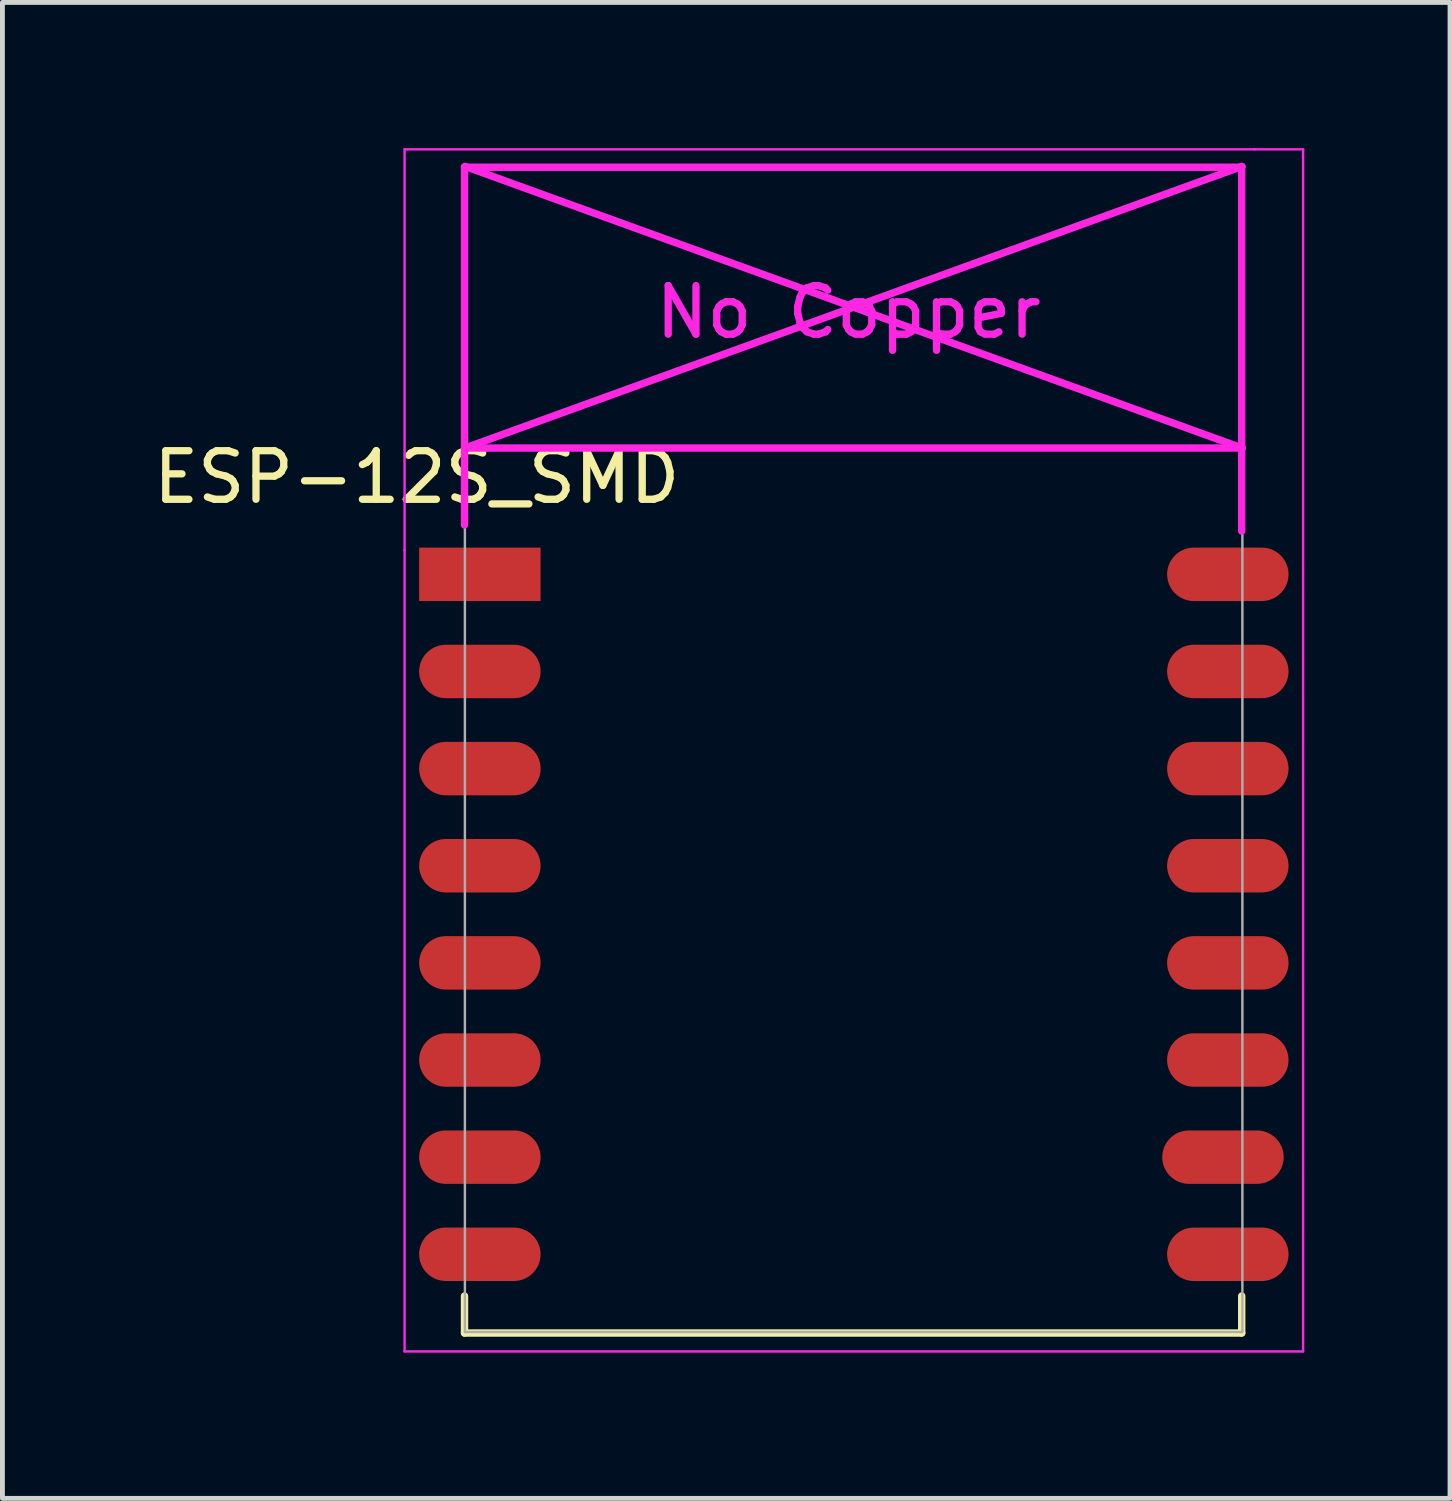
<source format=kicad_pcb>
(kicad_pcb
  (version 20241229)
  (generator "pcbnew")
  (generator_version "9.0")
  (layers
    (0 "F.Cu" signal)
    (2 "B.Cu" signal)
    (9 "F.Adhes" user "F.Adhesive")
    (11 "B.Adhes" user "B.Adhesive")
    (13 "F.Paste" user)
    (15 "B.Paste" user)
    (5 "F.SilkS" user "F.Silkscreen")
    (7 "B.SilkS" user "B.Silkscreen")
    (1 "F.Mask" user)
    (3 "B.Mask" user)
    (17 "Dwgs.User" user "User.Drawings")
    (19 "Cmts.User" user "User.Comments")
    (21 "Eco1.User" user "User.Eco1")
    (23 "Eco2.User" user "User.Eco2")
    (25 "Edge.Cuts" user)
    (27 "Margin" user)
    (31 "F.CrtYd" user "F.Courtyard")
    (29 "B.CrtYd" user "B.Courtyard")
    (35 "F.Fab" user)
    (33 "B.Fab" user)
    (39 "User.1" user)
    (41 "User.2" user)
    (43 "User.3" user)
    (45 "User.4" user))
  (footprint "ESP-12S_SMD"
    (layer "F.Cu")
    (at 7.53 8.775)
    (property "Reference" "ESP-12S_SMD" (at -2 -2 0) (layer "F.SilkS") (effects (font (size 1 1) (thickness 0.15))))
    (attr through_hole)
    (fp_line (start -1.016 14.859) (end -1.016 15.621) (stroke (width 0.152) (type solid)) (layer "F.SilkS"))
    (fp_line (start -1.016 15.621) (end 14.986 15.621) (stroke (width 0.152) (type solid)) (layer "F.SilkS"))
    (fp_line (start 14.986 15.621) (end 14.986 14.859) (stroke (width 0.152) (type solid)) (layer "F.SilkS"))
    (fp_line (start -2.25 -8.75) (end 15.25 -8.75) (stroke (width 0.05) (type solid)) (layer "F.CrtYd"))
    (fp_line (start -2.25 -0.5) (end -2.25 -8.75) (stroke (width 0.05) (type solid)) (layer "F.CrtYd"))
    (fp_line (start -2.25 16) (end -2.25 -0.5) (stroke (width 0.05) (type solid)) (layer "F.CrtYd"))
    (fp_line (start -1.016 -8.382) (end -1.016 -1.016) (stroke (width 0.152) (type solid)) (layer "F.CrtYd"))
    (fp_line (start -1.016 -8.382) (end 14.986 -8.382) (stroke (width 0.152) (type solid)) (layer "F.CrtYd"))
    (fp_line (start -1.008 -8.4) (end 14.992 -2.6) (stroke (width 0.152) (type solid)) (layer "F.CrtYd"))
    (fp_line (start -1.008 -2.6) (end 14.992 -2.6) (stroke (width 0.152) (type solid)) (layer "F.CrtYd"))
    (fp_line (start 14.986 -8.382) (end 14.986 -0.889) (stroke (width 0.152) (type solid)) (layer "F.CrtYd"))
    (fp_line (start 14.992 -8.4) (end -1.008 -2.6) (stroke (width 0.152) (type solid)) (layer "F.CrtYd"))
    (fp_line (start 15.25 -8.75) (end 16.25 -8.75) (stroke (width 0.05) (type solid)) (layer "F.CrtYd"))
    (fp_line (start 16.25 -8.75) (end 16.25 16) (stroke (width 0.05) (type solid)) (layer "F.CrtYd"))
    (fp_line (start 16.25 16) (end -2.25 16) (stroke (width 0.05) (type solid)) (layer "F.CrtYd"))
    (fp_line (start -1.008 -8.4) (end 14.992 -8.4) (stroke (width 0.05) (type solid)) (layer "F.Fab"))
    (fp_line (start -1.008 15.6) (end -1.008 -8.4) (stroke (width 0.05) (type solid)) (layer "F.Fab"))
    (fp_line (start 14.992 15.6) (end -1.008 15.6) (stroke (width 0.05) (type solid)) (layer "F.Fab"))
    (fp_line (start 15 -8.4) (end 15 15.6) (stroke (width 0.05) (type solid)) (layer "F.Fab"))
    (fp_text user "No Copper" (at 6.892 -5.4 0) (layer "F.CrtYd") (effects (font (size 1 1) (thickness 0.15))))
    (pad "1" smd rect (at 0 0) (size 2.5 1.1) (drill (offset -0.7 0)) (layers "F.Cu" "F.Mask" "F.Paste"))
    (pad "2" smd oval (at 0 2) (size 2.5 1.1) (drill (offset -0.7 0)) (layers "F.Cu" "F.Mask" "F.Paste"))
    (pad "3" smd oval (at 0 4) (size 2.5 1.1) (drill (offset -0.7 0)) (layers "F.Cu" "F.Mask" "F.Paste"))
    (pad "4" smd oval (at 0 6) (size 2.5 1.1) (drill (offset -0.7 0)) (layers "F.Cu" "F.Mask" "F.Paste"))
    (pad "5" smd oval (at 0 8) (size 2.5 1.1) (drill (offset -0.7 0)) (layers "F.Cu" "F.Mask" "F.Paste"))
    (pad "6" smd oval (at 0 10) (size 2.5 1.1) (drill (offset -0.7 0)) (layers "F.Cu" "F.Mask" "F.Paste"))
    (pad "7" smd oval (at 0 12) (size 2.5 1.1) (drill (offset -0.7 0)) (layers "F.Cu" "F.Mask" "F.Paste"))
    (pad "8" smd oval (at 0 14) (size 2.5 1.1) (drill (offset -0.7 0)) (layers "F.Cu" "F.Mask" "F.Paste"))
    (pad "15" smd oval (at 14 14) (size 2.5 1.1) (drill (offset 0.7 0)) (layers "F.Cu" "F.Mask" "F.Paste"))
    (pad "16" smd oval (at 14 12) (size 2.5 1.1) (drill (offset 0.6 0)) (layers "F.Cu" "F.Mask" "F.Paste"))
    (pad "17" smd oval (at 14 10) (size 2.5 1.1) (drill (offset 0.7 0)) (layers "F.Cu" "F.Mask" "F.Paste"))
    (pad "18" smd oval (at 14 8) (size 2.5 1.1) (drill (offset 0.7 0)) (layers "F.Cu" "F.Mask" "F.Paste"))
    (pad "19" smd oval (at 14 6) (size 2.5 1.1) (drill (offset 0.7 0)) (layers "F.Cu" "F.Mask" "F.Paste"))
    (pad "20" smd oval (at 14 4) (size 2.5 1.1) (drill (offset 0.7 0)) (layers "F.Cu" "F.Mask" "F.Paste"))
    (pad "21" smd oval (at 14 2) (size 2.5 1.1) (drill (offset 0.7 0)) (layers "F.Cu" "F.Mask" "F.Paste"))
    (pad "22" smd oval (at 14 0) (size 2.5 1.1) (drill (offset 0.7 0)) (layers "F.Cu" "F.Mask" "F.Paste")))
  (gr_rect
    (start -3 -3)
    (end 26.805 27.8)
    (stroke (width 0.1) (type default))
    (fill no)
    (layer "Edge.Cuts")))
</source>
